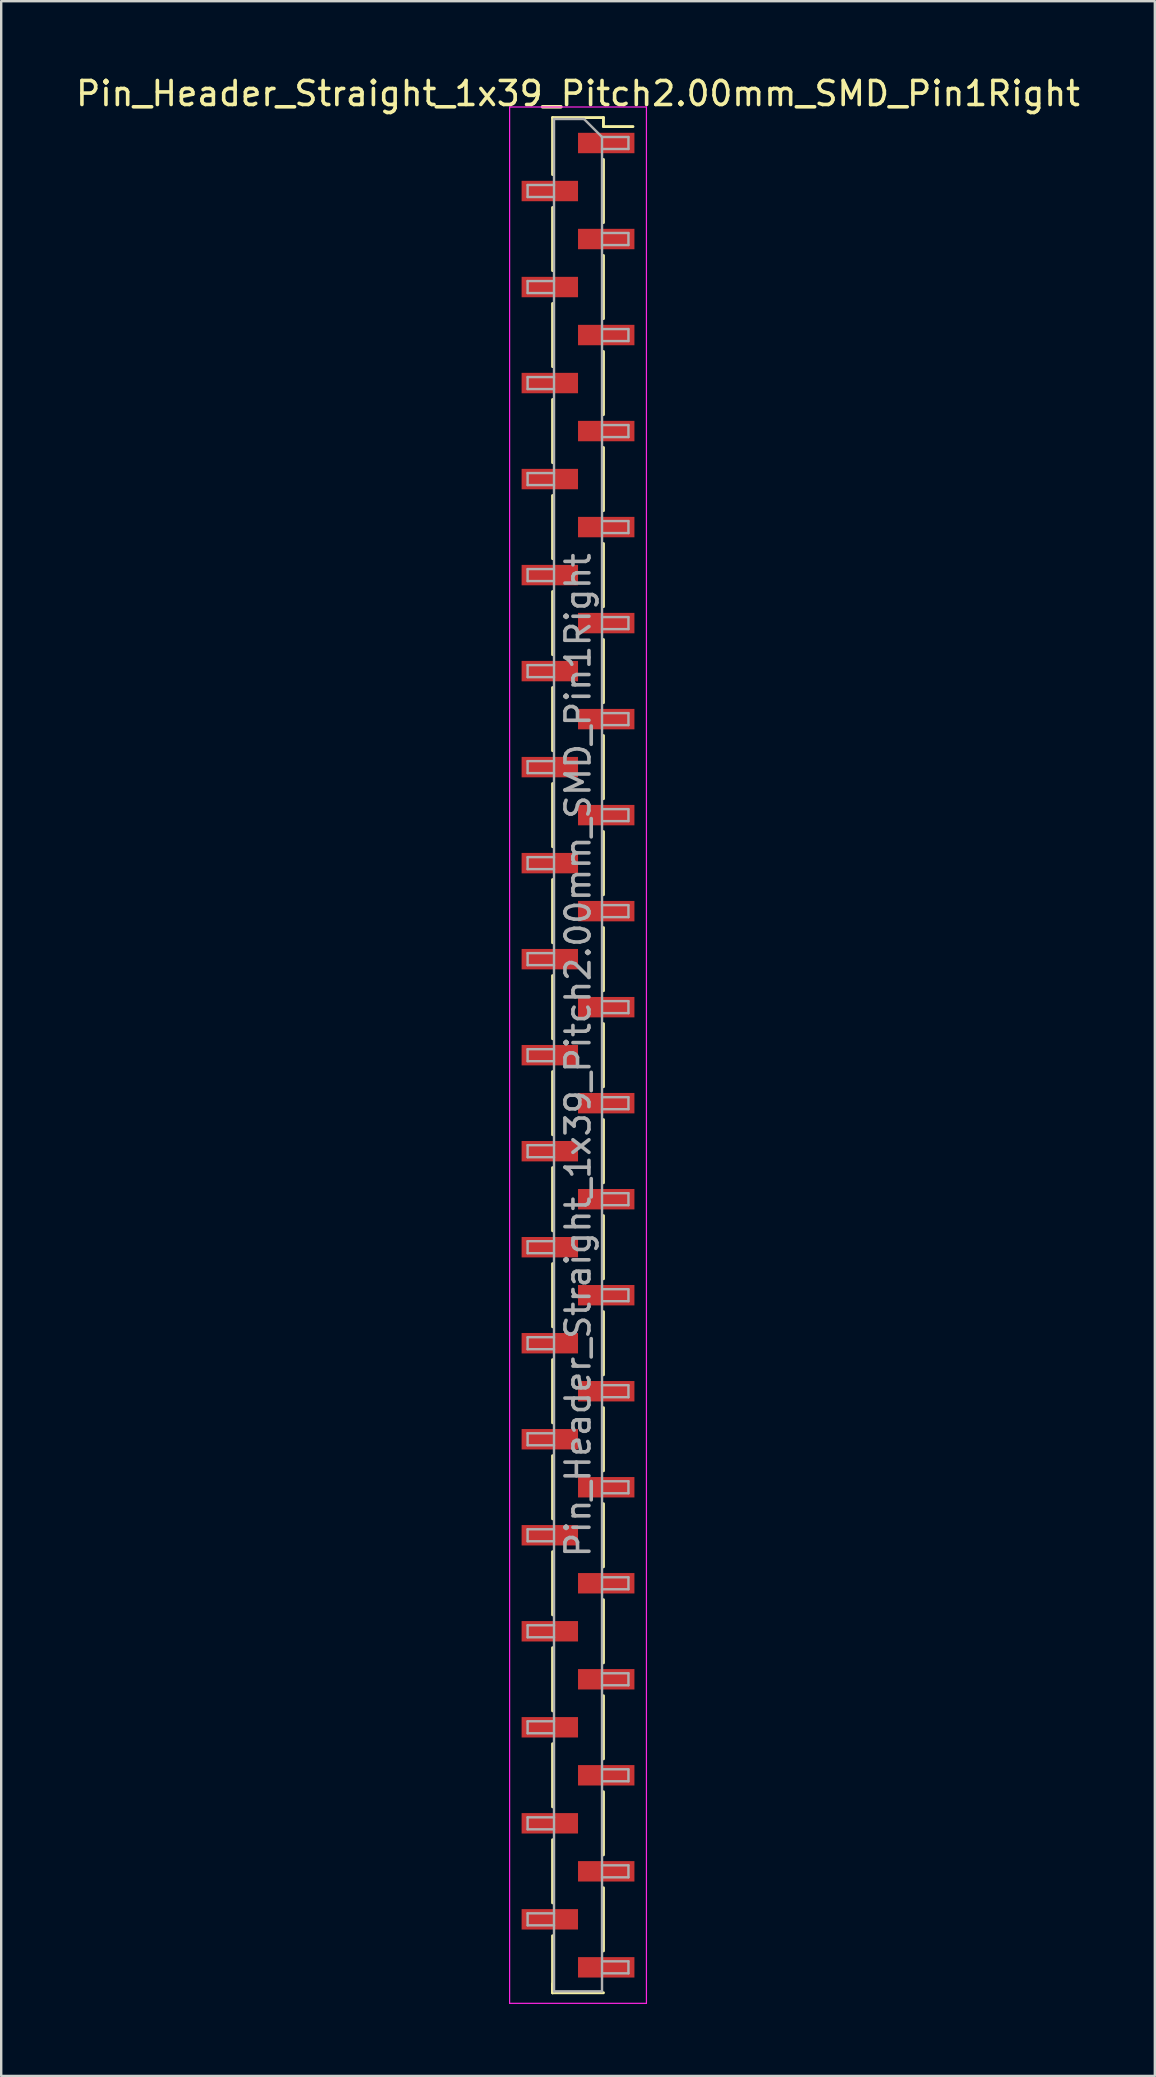
<source format=kicad_pcb>
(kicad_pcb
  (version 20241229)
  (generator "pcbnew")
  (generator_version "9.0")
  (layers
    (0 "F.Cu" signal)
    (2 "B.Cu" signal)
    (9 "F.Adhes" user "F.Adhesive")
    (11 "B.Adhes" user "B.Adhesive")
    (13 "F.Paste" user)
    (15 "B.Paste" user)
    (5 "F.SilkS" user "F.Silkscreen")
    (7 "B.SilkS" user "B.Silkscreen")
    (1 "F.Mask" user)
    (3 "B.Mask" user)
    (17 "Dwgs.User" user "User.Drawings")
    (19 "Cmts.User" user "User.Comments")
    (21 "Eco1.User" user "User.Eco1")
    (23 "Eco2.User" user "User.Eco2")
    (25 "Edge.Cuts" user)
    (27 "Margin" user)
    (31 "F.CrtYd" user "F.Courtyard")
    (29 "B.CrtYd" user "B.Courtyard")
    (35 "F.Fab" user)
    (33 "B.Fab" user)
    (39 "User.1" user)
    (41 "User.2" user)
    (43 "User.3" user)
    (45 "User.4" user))
  (footprint "Pin_Header_Straight_1x39_Pitch2.00mm_SMD_Pin1Right"
    (layer "F.Cu")
    (at 21.03 40.908)
    (property "Reference" "Pin_Header_Straight_1x39_Pitch2.00mm_SMD_Pin1Right" (at 0 -40.06 0) (layer "F.SilkS") (effects (font (size 1 1) (thickness 0.15))))
    (attr smd)
    (fp_line (start -1.06 -39.06) (end -1.06 -36.685) (stroke (width 0.12) (type solid)) (layer "F.SilkS"))
    (fp_line (start -1.06 -39.06) (end 1.06 -39.06) (stroke (width 0.12) (type solid)) (layer "F.SilkS"))
    (fp_line (start -1.06 -35.315) (end -1.06 -32.685) (stroke (width 0.12) (type solid)) (layer "F.SilkS"))
    (fp_line (start -1.06 -31.315) (end -1.06 -28.685) (stroke (width 0.12) (type solid)) (layer "F.SilkS"))
    (fp_line (start -1.06 -27.315) (end -1.06 -24.685) (stroke (width 0.12) (type solid)) (layer "F.SilkS"))
    (fp_line (start -1.06 -23.315) (end -1.06 -20.685) (stroke (width 0.12) (type solid)) (layer "F.SilkS"))
    (fp_line (start -1.06 -19.315) (end -1.06 -16.685) (stroke (width 0.12) (type solid)) (layer "F.SilkS"))
    (fp_line (start -1.06 -15.315) (end -1.06 -12.685) (stroke (width 0.12) (type solid)) (layer "F.SilkS"))
    (fp_line (start -1.06 -11.315) (end -1.06 -8.685) (stroke (width 0.12) (type solid)) (layer "F.SilkS"))
    (fp_line (start -1.06 -7.315) (end -1.06 -4.685) (stroke (width 0.12) (type solid)) (layer "F.SilkS"))
    (fp_line (start -1.06 -3.315) (end -1.06 -0.685) (stroke (width 0.12) (type solid)) (layer "F.SilkS"))
    (fp_line (start -1.06 0.685) (end -1.06 3.315) (stroke (width 0.12) (type solid)) (layer "F.SilkS"))
    (fp_line (start -1.06 4.685) (end -1.06 7.315) (stroke (width 0.12) (type solid)) (layer "F.SilkS"))
    (fp_line (start -1.06 8.685) (end -1.06 11.315) (stroke (width 0.12) (type solid)) (layer "F.SilkS"))
    (fp_line (start -1.06 12.685) (end -1.06 15.315) (stroke (width 0.12) (type solid)) (layer "F.SilkS"))
    (fp_line (start -1.06 16.685) (end -1.06 19.315) (stroke (width 0.12) (type solid)) (layer "F.SilkS"))
    (fp_line (start -1.06 20.685) (end -1.06 23.315) (stroke (width 0.12) (type solid)) (layer "F.SilkS"))
    (fp_line (start -1.06 24.685) (end -1.06 27.315) (stroke (width 0.12) (type solid)) (layer "F.SilkS"))
    (fp_line (start -1.06 28.685) (end -1.06 31.315) (stroke (width 0.12) (type solid)) (layer "F.SilkS"))
    (fp_line (start -1.06 32.685) (end -1.06 35.315) (stroke (width 0.12) (type solid)) (layer "F.SilkS"))
    (fp_line (start -1.06 36.685) (end -1.06 39.06) (stroke (width 0.12) (type solid)) (layer "F.SilkS"))
    (fp_line (start -1.06 38.685) (end -1.06 39.06) (stroke (width 0.12) (type solid)) (layer "F.SilkS"))
    (fp_line (start -1.06 39.06) (end 1.06 39.06) (stroke (width 0.12) (type solid)) (layer "F.SilkS"))
    (fp_line (start 1.06 -39.06) (end 1.06 -38.685) (stroke (width 0.12) (type solid)) (layer "F.SilkS"))
    (fp_line (start 1.06 -38.685) (end 2.29 -38.685) (stroke (width 0.12) (type solid)) (layer "F.SilkS"))
    (fp_line (start 1.06 -37.315) (end 1.06 -34.685) (stroke (width 0.12) (type solid)) (layer "F.SilkS"))
    (fp_line (start 1.06 -33.315) (end 1.06 -30.685) (stroke (width 0.12) (type solid)) (layer "F.SilkS"))
    (fp_line (start 1.06 -29.315) (end 1.06 -26.685) (stroke (width 0.12) (type solid)) (layer "F.SilkS"))
    (fp_line (start 1.06 -25.315) (end 1.06 -22.685) (stroke (width 0.12) (type solid)) (layer "F.SilkS"))
    (fp_line (start 1.06 -21.315) (end 1.06 -18.685) (stroke (width 0.12) (type solid)) (layer "F.SilkS"))
    (fp_line (start 1.06 -17.315) (end 1.06 -14.685) (stroke (width 0.12) (type solid)) (layer "F.SilkS"))
    (fp_line (start 1.06 -13.315) (end 1.06 -10.685) (stroke (width 0.12) (type solid)) (layer "F.SilkS"))
    (fp_line (start 1.06 -9.315) (end 1.06 -6.685) (stroke (width 0.12) (type solid)) (layer "F.SilkS"))
    (fp_line (start 1.06 -5.315) (end 1.06 -2.685) (stroke (width 0.12) (type solid)) (layer "F.SilkS"))
    (fp_line (start 1.06 -1.315) (end 1.06 1.315) (stroke (width 0.12) (type solid)) (layer "F.SilkS"))
    (fp_line (start 1.06 2.685) (end 1.06 5.315) (stroke (width 0.12) (type solid)) (layer "F.SilkS"))
    (fp_line (start 1.06 6.685) (end 1.06 9.315) (stroke (width 0.12) (type solid)) (layer "F.SilkS"))
    (fp_line (start 1.06 10.685) (end 1.06 13.315) (stroke (width 0.12) (type solid)) (layer "F.SilkS"))
    (fp_line (start 1.06 14.685) (end 1.06 17.315) (stroke (width 0.12) (type solid)) (layer "F.SilkS"))
    (fp_line (start 1.06 18.685) (end 1.06 21.315) (stroke (width 0.12) (type solid)) (layer "F.SilkS"))
    (fp_line (start 1.06 22.685) (end 1.06 25.315) (stroke (width 0.12) (type solid)) (layer "F.SilkS"))
    (fp_line (start 1.06 26.685) (end 1.06 29.315) (stroke (width 0.12) (type solid)) (layer "F.SilkS"))
    (fp_line (start 1.06 30.685) (end 1.06 33.315) (stroke (width 0.12) (type solid)) (layer "F.SilkS"))
    (fp_line (start 1.06 34.685) (end 1.06 37.315) (stroke (width 0.12) (type solid)) (layer "F.SilkS"))
    (fp_line (start -2.85 -39.5) (end -2.85 39.5) (stroke (width 0.05) (type solid)) (layer "F.CrtYd"))
    (fp_line (start -2.85 39.5) (end 2.85 39.5) (stroke (width 0.05) (type solid)) (layer "F.CrtYd"))
    (fp_line (start 2.85 -39.5) (end -2.85 -39.5) (stroke (width 0.05) (type solid)) (layer "F.CrtYd"))
    (fp_line (start 2.85 39.5) (end 2.85 -39.5) (stroke (width 0.05) (type solid)) (layer "F.CrtYd"))
    (fp_line (start -2.1 -36.25) (end -2.1 -35.75) (stroke (width 0.1) (type solid)) (layer "F.Fab"))
    (fp_line (start -2.1 -35.75) (end -1 -35.75) (stroke (width 0.1) (type solid)) (layer "F.Fab"))
    (fp_line (start -2.1 -32.25) (end -2.1 -31.75) (stroke (width 0.1) (type solid)) (layer "F.Fab"))
    (fp_line (start -2.1 -31.75) (end -1 -31.75) (stroke (width 0.1) (type solid)) (layer "F.Fab"))
    (fp_line (start -2.1 -28.25) (end -2.1 -27.75) (stroke (width 0.1) (type solid)) (layer "F.Fab"))
    (fp_line (start -2.1 -27.75) (end -1 -27.75) (stroke (width 0.1) (type solid)) (layer "F.Fab"))
    (fp_line (start -2.1 -24.25) (end -2.1 -23.75) (stroke (width 0.1) (type solid)) (layer "F.Fab"))
    (fp_line (start -2.1 -23.75) (end -1 -23.75) (stroke (width 0.1) (type solid)) (layer "F.Fab"))
    (fp_line (start -2.1 -20.25) (end -2.1 -19.75) (stroke (width 0.1) (type solid)) (layer "F.Fab"))
    (fp_line (start -2.1 -19.75) (end -1 -19.75) (stroke (width 0.1) (type solid)) (layer "F.Fab"))
    (fp_line (start -2.1 -16.25) (end -2.1 -15.75) (stroke (width 0.1) (type solid)) (layer "F.Fab"))
    (fp_line (start -2.1 -15.75) (end -1 -15.75) (stroke (width 0.1) (type solid)) (layer "F.Fab"))
    (fp_line (start -2.1 -12.25) (end -2.1 -11.75) (stroke (width 0.1) (type solid)) (layer "F.Fab"))
    (fp_line (start -2.1 -11.75) (end -1 -11.75) (stroke (width 0.1) (type solid)) (layer "F.Fab"))
    (fp_line (start -2.1 -8.25) (end -2.1 -7.75) (stroke (width 0.1) (type solid)) (layer "F.Fab"))
    (fp_line (start -2.1 -7.75) (end -1 -7.75) (stroke (width 0.1) (type solid)) (layer "F.Fab"))
    (fp_line (start -2.1 -4.25) (end -2.1 -3.75) (stroke (width 0.1) (type solid)) (layer "F.Fab"))
    (fp_line (start -2.1 -3.75) (end -1 -3.75) (stroke (width 0.1) (type solid)) (layer "F.Fab"))
    (fp_line (start -2.1 -0.25) (end -2.1 0.25) (stroke (width 0.1) (type solid)) (layer "F.Fab"))
    (fp_line (start -2.1 0.25) (end -1 0.25) (stroke (width 0.1) (type solid)) (layer "F.Fab"))
    (fp_line (start -2.1 3.75) (end -2.1 4.25) (stroke (width 0.1) (type solid)) (layer "F.Fab"))
    (fp_line (start -2.1 4.25) (end -1 4.25) (stroke (width 0.1) (type solid)) (layer "F.Fab"))
    (fp_line (start -2.1 7.75) (end -2.1 8.25) (stroke (width 0.1) (type solid)) (layer "F.Fab"))
    (fp_line (start -2.1 8.25) (end -1 8.25) (stroke (width 0.1) (type solid)) (layer "F.Fab"))
    (fp_line (start -2.1 11.75) (end -2.1 12.25) (stroke (width 0.1) (type solid)) (layer "F.Fab"))
    (fp_line (start -2.1 12.25) (end -1 12.25) (stroke (width 0.1) (type solid)) (layer "F.Fab"))
    (fp_line (start -2.1 15.75) (end -2.1 16.25) (stroke (width 0.1) (type solid)) (layer "F.Fab"))
    (fp_line (start -2.1 16.25) (end -1 16.25) (stroke (width 0.1) (type solid)) (layer "F.Fab"))
    (fp_line (start -2.1 19.75) (end -2.1 20.25) (stroke (width 0.1) (type solid)) (layer "F.Fab"))
    (fp_line (start -2.1 20.25) (end -1 20.25) (stroke (width 0.1) (type solid)) (layer "F.Fab"))
    (fp_line (start -2.1 23.75) (end -2.1 24.25) (stroke (width 0.1) (type solid)) (layer "F.Fab"))
    (fp_line (start -2.1 24.25) (end -1 24.25) (stroke (width 0.1) (type solid)) (layer "F.Fab"))
    (fp_line (start -2.1 27.75) (end -2.1 28.25) (stroke (width 0.1) (type solid)) (layer "F.Fab"))
    (fp_line (start -2.1 28.25) (end -1 28.25) (stroke (width 0.1) (type solid)) (layer "F.Fab"))
    (fp_line (start -2.1 31.75) (end -2.1 32.25) (stroke (width 0.1) (type solid)) (layer "F.Fab"))
    (fp_line (start -2.1 32.25) (end -1 32.25) (stroke (width 0.1) (type solid)) (layer "F.Fab"))
    (fp_line (start -2.1 35.75) (end -2.1 36.25) (stroke (width 0.1) (type solid)) (layer "F.Fab"))
    (fp_line (start -2.1 36.25) (end -1 36.25) (stroke (width 0.1) (type solid)) (layer "F.Fab"))
    (fp_line (start -1 -39) (end -1 39) (stroke (width 0.1) (type solid)) (layer "F.Fab"))
    (fp_line (start -1 -39) (end 0.25 -39) (stroke (width 0.1) (type solid)) (layer "F.Fab"))
    (fp_line (start -1 -36.25) (end -2.1 -36.25) (stroke (width 0.1) (type solid)) (layer "F.Fab"))
    (fp_line (start -1 -32.25) (end -2.1 -32.25) (stroke (width 0.1) (type solid)) (layer "F.Fab"))
    (fp_line (start -1 -28.25) (end -2.1 -28.25) (stroke (width 0.1) (type solid)) (layer "F.Fab"))
    (fp_line (start -1 -24.25) (end -2.1 -24.25) (stroke (width 0.1) (type solid)) (layer "F.Fab"))
    (fp_line (start -1 -20.25) (end -2.1 -20.25) (stroke (width 0.1) (type solid)) (layer "F.Fab"))
    (fp_line (start -1 -16.25) (end -2.1 -16.25) (stroke (width 0.1) (type solid)) (layer "F.Fab"))
    (fp_line (start -1 -12.25) (end -2.1 -12.25) (stroke (width 0.1) (type solid)) (layer "F.Fab"))
    (fp_line (start -1 -8.25) (end -2.1 -8.25) (stroke (width 0.1) (type solid)) (layer "F.Fab"))
    (fp_line (start -1 -4.25) (end -2.1 -4.25) (stroke (width 0.1) (type solid)) (layer "F.Fab"))
    (fp_line (start -1 -0.25) (end -2.1 -0.25) (stroke (width 0.1) (type solid)) (layer "F.Fab"))
    (fp_line (start -1 3.75) (end -2.1 3.75) (stroke (width 0.1) (type solid)) (layer "F.Fab"))
    (fp_line (start -1 7.75) (end -2.1 7.75) (stroke (width 0.1) (type solid)) (layer "F.Fab"))
    (fp_line (start -1 11.75) (end -2.1 11.75) (stroke (width 0.1) (type solid)) (layer "F.Fab"))
    (fp_line (start -1 15.75) (end -2.1 15.75) (stroke (width 0.1) (type solid)) (layer "F.Fab"))
    (fp_line (start -1 19.75) (end -2.1 19.75) (stroke (width 0.1) (type solid)) (layer "F.Fab"))
    (fp_line (start -1 23.75) (end -2.1 23.75) (stroke (width 0.1) (type solid)) (layer "F.Fab"))
    (fp_line (start -1 27.75) (end -2.1 27.75) (stroke (width 0.1) (type solid)) (layer "F.Fab"))
    (fp_line (start -1 31.75) (end -2.1 31.75) (stroke (width 0.1) (type solid)) (layer "F.Fab"))
    (fp_line (start -1 35.75) (end -2.1 35.75) (stroke (width 0.1) (type solid)) (layer "F.Fab"))
    (fp_line (start 1 -38.25) (end 0.25 -39) (stroke (width 0.1) (type solid)) (layer "F.Fab"))
    (fp_line (start 1 -38.25) (end 2.1 -38.25) (stroke (width 0.1) (type solid)) (layer "F.Fab"))
    (fp_line (start 1 -34.25) (end 2.1 -34.25) (stroke (width 0.1) (type solid)) (layer "F.Fab"))
    (fp_line (start 1 -30.25) (end 2.1 -30.25) (stroke (width 0.1) (type solid)) (layer "F.Fab"))
    (fp_line (start 1 -26.25) (end 2.1 -26.25) (stroke (width 0.1) (type solid)) (layer "F.Fab"))
    (fp_line (start 1 -22.25) (end 2.1 -22.25) (stroke (width 0.1) (type solid)) (layer "F.Fab"))
    (fp_line (start 1 -18.25) (end 2.1 -18.25) (stroke (width 0.1) (type solid)) (layer "F.Fab"))
    (fp_line (start 1 -14.25) (end 2.1 -14.25) (stroke (width 0.1) (type solid)) (layer "F.Fab"))
    (fp_line (start 1 -10.25) (end 2.1 -10.25) (stroke (width 0.1) (type solid)) (layer "F.Fab"))
    (fp_line (start 1 -6.25) (end 2.1 -6.25) (stroke (width 0.1) (type solid)) (layer "F.Fab"))
    (fp_line (start 1 -2.25) (end 2.1 -2.25) (stroke (width 0.1) (type solid)) (layer "F.Fab"))
    (fp_line (start 1 1.75) (end 2.1 1.75) (stroke (width 0.1) (type solid)) (layer "F.Fab"))
    (fp_line (start 1 5.75) (end 2.1 5.75) (stroke (width 0.1) (type solid)) (layer "F.Fab"))
    (fp_line (start 1 9.75) (end 2.1 9.75) (stroke (width 0.1) (type solid)) (layer "F.Fab"))
    (fp_line (start 1 13.75) (end 2.1 13.75) (stroke (width 0.1) (type solid)) (layer "F.Fab"))
    (fp_line (start 1 17.75) (end 2.1 17.75) (stroke (width 0.1) (type solid)) (layer "F.Fab"))
    (fp_line (start 1 21.75) (end 2.1 21.75) (stroke (width 0.1) (type solid)) (layer "F.Fab"))
    (fp_line (start 1 25.75) (end 2.1 25.75) (stroke (width 0.1) (type solid)) (layer "F.Fab"))
    (fp_line (start 1 29.75) (end 2.1 29.75) (stroke (width 0.1) (type solid)) (layer "F.Fab"))
    (fp_line (start 1 33.75) (end 2.1 33.75) (stroke (width 0.1) (type solid)) (layer "F.Fab"))
    (fp_line (start 1 37.75) (end 2.1 37.75) (stroke (width 0.1) (type solid)) (layer "F.Fab"))
    (fp_line (start 1 39) (end -1 39) (stroke (width 0.1) (type solid)) (layer "F.Fab"))
    (fp_line (start 1 39) (end 1 -38.25) (stroke (width 0.1) (type solid)) (layer "F.Fab"))
    (fp_line (start 2.1 -38.25) (end 2.1 -37.75) (stroke (width 0.1) (type solid)) (layer "F.Fab"))
    (fp_line (start 2.1 -37.75) (end 1 -37.75) (stroke (width 0.1) (type solid)) (layer "F.Fab"))
    (fp_line (start 2.1 -34.25) (end 2.1 -33.75) (stroke (width 0.1) (type solid)) (layer "F.Fab"))
    (fp_line (start 2.1 -33.75) (end 1 -33.75) (stroke (width 0.1) (type solid)) (layer "F.Fab"))
    (fp_line (start 2.1 -30.25) (end 2.1 -29.75) (stroke (width 0.1) (type solid)) (layer "F.Fab"))
    (fp_line (start 2.1 -29.75) (end 1 -29.75) (stroke (width 0.1) (type solid)) (layer "F.Fab"))
    (fp_line (start 2.1 -26.25) (end 2.1 -25.75) (stroke (width 0.1) (type solid)) (layer "F.Fab"))
    (fp_line (start 2.1 -25.75) (end 1 -25.75) (stroke (width 0.1) (type solid)) (layer "F.Fab"))
    (fp_line (start 2.1 -22.25) (end 2.1 -21.75) (stroke (width 0.1) (type solid)) (layer "F.Fab"))
    (fp_line (start 2.1 -21.75) (end 1 -21.75) (stroke (width 0.1) (type solid)) (layer "F.Fab"))
    (fp_line (start 2.1 -18.25) (end 2.1 -17.75) (stroke (width 0.1) (type solid)) (layer "F.Fab"))
    (fp_line (start 2.1 -17.75) (end 1 -17.75) (stroke (width 0.1) (type solid)) (layer "F.Fab"))
    (fp_line (start 2.1 -14.25) (end 2.1 -13.75) (stroke (width 0.1) (type solid)) (layer "F.Fab"))
    (fp_line (start 2.1 -13.75) (end 1 -13.75) (stroke (width 0.1) (type solid)) (layer "F.Fab"))
    (fp_line (start 2.1 -10.25) (end 2.1 -9.75) (stroke (width 0.1) (type solid)) (layer "F.Fab"))
    (fp_line (start 2.1 -9.75) (end 1 -9.75) (stroke (width 0.1) (type solid)) (layer "F.Fab"))
    (fp_line (start 2.1 -6.25) (end 2.1 -5.75) (stroke (width 0.1) (type solid)) (layer "F.Fab"))
    (fp_line (start 2.1 -5.75) (end 1 -5.75) (stroke (width 0.1) (type solid)) (layer "F.Fab"))
    (fp_line (start 2.1 -2.25) (end 2.1 -1.75) (stroke (width 0.1) (type solid)) (layer "F.Fab"))
    (fp_line (start 2.1 -1.75) (end 1 -1.75) (stroke (width 0.1) (type solid)) (layer "F.Fab"))
    (fp_line (start 2.1 1.75) (end 2.1 2.25) (stroke (width 0.1) (type solid)) (layer "F.Fab"))
    (fp_line (start 2.1 2.25) (end 1 2.25) (stroke (width 0.1) (type solid)) (layer "F.Fab"))
    (fp_line (start 2.1 5.75) (end 2.1 6.25) (stroke (width 0.1) (type solid)) (layer "F.Fab"))
    (fp_line (start 2.1 6.25) (end 1 6.25) (stroke (width 0.1) (type solid)) (layer "F.Fab"))
    (fp_line (start 2.1 9.75) (end 2.1 10.25) (stroke (width 0.1) (type solid)) (layer "F.Fab"))
    (fp_line (start 2.1 10.25) (end 1 10.25) (stroke (width 0.1) (type solid)) (layer "F.Fab"))
    (fp_line (start 2.1 13.75) (end 2.1 14.25) (stroke (width 0.1) (type solid)) (layer "F.Fab"))
    (fp_line (start 2.1 14.25) (end 1 14.25) (stroke (width 0.1) (type solid)) (layer "F.Fab"))
    (fp_line (start 2.1 17.75) (end 2.1 18.25) (stroke (width 0.1) (type solid)) (layer "F.Fab"))
    (fp_line (start 2.1 18.25) (end 1 18.25) (stroke (width 0.1) (type solid)) (layer "F.Fab"))
    (fp_line (start 2.1 21.75) (end 2.1 22.25) (stroke (width 0.1) (type solid)) (layer "F.Fab"))
    (fp_line (start 2.1 22.25) (end 1 22.25) (stroke (width 0.1) (type solid)) (layer "F.Fab"))
    (fp_line (start 2.1 25.75) (end 2.1 26.25) (stroke (width 0.1) (type solid)) (layer "F.Fab"))
    (fp_line (start 2.1 26.25) (end 1 26.25) (stroke (width 0.1) (type solid)) (layer "F.Fab"))
    (fp_line (start 2.1 29.75) (end 2.1 30.25) (stroke (width 0.1) (type solid)) (layer "F.Fab"))
    (fp_line (start 2.1 30.25) (end 1 30.25) (stroke (width 0.1) (type solid)) (layer "F.Fab"))
    (fp_line (start 2.1 33.75) (end 2.1 34.25) (stroke (width 0.1) (type solid)) (layer "F.Fab"))
    (fp_line (start 2.1 34.25) (end 1 34.25) (stroke (width 0.1) (type solid)) (layer "F.Fab"))
    (fp_line (start 2.1 37.75) (end 2.1 38.25) (stroke (width 0.1) (type solid)) (layer "F.Fab"))
    (fp_line (start 2.1 38.25) (end 1 38.25) (stroke (width 0.1) (type solid)) (layer "F.Fab"))
    (fp_text user "${REFERENCE}" (at 0 0 90) (layer "F.Fab") (effects (font (size 1 1) (thickness 0.15))))
    (pad "1" smd rect (at 1.175 -38) (size 2.35 0.85) (layers "F.Cu" "F.Mask" "F.Paste"))
    (pad "2" smd rect (at -1.175 -36) (size 2.35 0.85) (layers "F.Cu" "F.Mask" "F.Paste"))
    (pad "3" smd rect (at 1.175 -34) (size 2.35 0.85) (layers "F.Cu" "F.Mask" "F.Paste"))
    (pad "4" smd rect (at -1.175 -32) (size 2.35 0.85) (layers "F.Cu" "F.Mask" "F.Paste"))
    (pad "5" smd rect (at 1.175 -30) (size 2.35 0.85) (layers "F.Cu" "F.Mask" "F.Paste"))
    (pad "6" smd rect (at -1.175 -28) (size 2.35 0.85) (layers "F.Cu" "F.Mask" "F.Paste"))
    (pad "7" smd rect (at 1.175 -26) (size 2.35 0.85) (layers "F.Cu" "F.Mask" "F.Paste"))
    (pad "8" smd rect (at -1.175 -24) (size 2.35 0.85) (layers "F.Cu" "F.Mask" "F.Paste"))
    (pad "9" smd rect (at 1.175 -22) (size 2.35 0.85) (layers "F.Cu" "F.Mask" "F.Paste"))
    (pad "10" smd rect (at -1.175 -20) (size 2.35 0.85) (layers "F.Cu" "F.Mask" "F.Paste"))
    (pad "11" smd rect (at 1.175 -18) (size 2.35 0.85) (layers "F.Cu" "F.Mask" "F.Paste"))
    (pad "12" smd rect (at -1.175 -16) (size 2.35 0.85) (layers "F.Cu" "F.Mask" "F.Paste"))
    (pad "13" smd rect (at 1.175 -14) (size 2.35 0.85) (layers "F.Cu" "F.Mask" "F.Paste"))
    (pad "14" smd rect (at -1.175 -12) (size 2.35 0.85) (layers "F.Cu" "F.Mask" "F.Paste"))
    (pad "15" smd rect (at 1.175 -10) (size 2.35 0.85) (layers "F.Cu" "F.Mask" "F.Paste"))
    (pad "16" smd rect (at -1.175 -8) (size 2.35 0.85) (layers "F.Cu" "F.Mask" "F.Paste"))
    (pad "17" smd rect (at 1.175 -6) (size 2.35 0.85) (layers "F.Cu" "F.Mask" "F.Paste"))
    (pad "18" smd rect (at -1.175 -4) (size 2.35 0.85) (layers "F.Cu" "F.Mask" "F.Paste"))
    (pad "19" smd rect (at 1.175 -2) (size 2.35 0.85) (layers "F.Cu" "F.Mask" "F.Paste"))
    (pad "20" smd rect (at -1.175 0) (size 2.35 0.85) (layers "F.Cu" "F.Mask" "F.Paste"))
    (pad "21" smd rect (at 1.175 2) (size 2.35 0.85) (layers "F.Cu" "F.Mask" "F.Paste"))
    (pad "22" smd rect (at -1.175 4) (size 2.35 0.85) (layers "F.Cu" "F.Mask" "F.Paste"))
    (pad "23" smd rect (at 1.175 6) (size 2.35 0.85) (layers "F.Cu" "F.Mask" "F.Paste"))
    (pad "24" smd rect (at -1.175 8) (size 2.35 0.85) (layers "F.Cu" "F.Mask" "F.Paste"))
    (pad "25" smd rect (at 1.175 10) (size 2.35 0.85) (layers "F.Cu" "F.Mask" "F.Paste"))
    (pad "26" smd rect (at -1.175 12) (size 2.35 0.85) (layers "F.Cu" "F.Mask" "F.Paste"))
    (pad "27" smd rect (at 1.175 14) (size 2.35 0.85) (layers "F.Cu" "F.Mask" "F.Paste"))
    (pad "28" smd rect (at -1.175 16) (size 2.35 0.85) (layers "F.Cu" "F.Mask" "F.Paste"))
    (pad "29" smd rect (at 1.175 18) (size 2.35 0.85) (layers "F.Cu" "F.Mask" "F.Paste"))
    (pad "30" smd rect (at -1.175 20) (size 2.35 0.85) (layers "F.Cu" "F.Mask" "F.Paste"))
    (pad "31" smd rect (at 1.175 22) (size 2.35 0.85) (layers "F.Cu" "F.Mask" "F.Paste"))
    (pad "32" smd rect (at -1.175 24) (size 2.35 0.85) (layers "F.Cu" "F.Mask" "F.Paste"))
    (pad "33" smd rect (at 1.175 26) (size 2.35 0.85) (layers "F.Cu" "F.Mask" "F.Paste"))
    (pad "34" smd rect (at -1.175 28) (size 2.35 0.85) (layers "F.Cu" "F.Mask" "F.Paste"))
    (pad "35" smd rect (at 1.175 30) (size 2.35 0.85) (layers "F.Cu" "F.Mask" "F.Paste"))
    (pad "36" smd rect (at -1.175 32) (size 2.35 0.85) (layers "F.Cu" "F.Mask" "F.Paste"))
    (pad "37" smd rect (at 1.175 34) (size 2.35 0.85) (layers "F.Cu" "F.Mask" "F.Paste"))
    (pad "38" smd rect (at -1.175 36) (size 2.35 0.85) (layers "F.Cu" "F.Mask" "F.Paste"))
    (pad "39" smd rect (at 1.175 38) (size 2.35 0.85) (layers "F.Cu" "F.Mask" "F.Paste")))
  (gr_rect
    (start -3 -3)
    (end 45.06 83.433)
    (stroke (width 0.1) (type default))
    (fill no)
    (layer "Edge.Cuts")))
</source>
